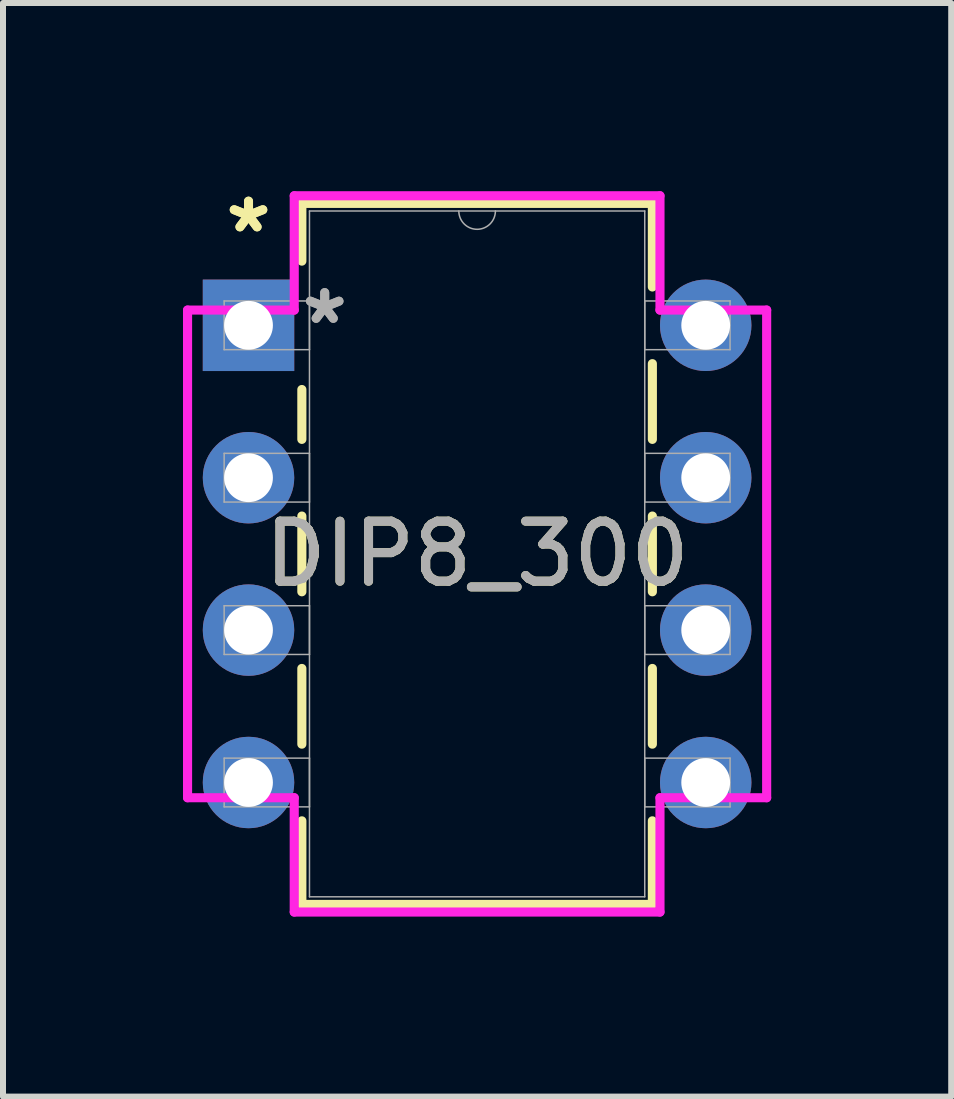
<source format=kicad_pcb>
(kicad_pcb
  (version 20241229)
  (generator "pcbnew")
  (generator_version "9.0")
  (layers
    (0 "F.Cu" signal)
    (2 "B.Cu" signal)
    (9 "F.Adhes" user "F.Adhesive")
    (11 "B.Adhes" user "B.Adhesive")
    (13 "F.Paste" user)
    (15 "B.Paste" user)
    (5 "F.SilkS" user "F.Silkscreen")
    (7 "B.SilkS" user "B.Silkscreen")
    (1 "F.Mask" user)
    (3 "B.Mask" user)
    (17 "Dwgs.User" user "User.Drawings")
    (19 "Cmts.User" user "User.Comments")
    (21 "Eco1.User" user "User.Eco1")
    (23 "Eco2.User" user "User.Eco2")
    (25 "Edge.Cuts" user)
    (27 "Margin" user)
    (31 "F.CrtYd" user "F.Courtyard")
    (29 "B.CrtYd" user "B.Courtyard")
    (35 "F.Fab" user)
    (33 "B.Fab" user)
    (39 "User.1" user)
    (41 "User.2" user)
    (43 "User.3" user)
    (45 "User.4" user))
  (footprint "DIP8_300"
    (layer "F.Cu")
    (at 8.712 9.992)
    (property "Reference" "DIP8_300" (at -3.81 -3.81 0) (unlocked yes) (layer "F.SilkS") (effects (font (size 1 1) (thickness 0.15))))
    (attr through_hole)
    (fp_line (start -6.731 -9.652) (end -6.731 -8.69) (stroke (width 0.152) (type solid)) (layer "F.SilkS"))
    (fp_line (start -6.731 -6.55) (end -6.731 -5.719) (stroke (width 0.152) (type solid)) (layer "F.SilkS"))
    (fp_line (start -6.731 -4.441) (end -6.731 -3.179) (stroke (width 0.152) (type solid)) (layer "F.SilkS"))
    (fp_line (start -6.731 -1.901) (end -6.731 -0.639) (stroke (width 0.152) (type solid)) (layer "F.SilkS"))
    (fp_line (start -6.731 0.639) (end -6.731 2.032) (stroke (width 0.152) (type solid)) (layer "F.SilkS"))
    (fp_line (start -6.731 2.032) (end -0.889 2.032) (stroke (width 0.152) (type solid)) (layer "F.SilkS"))
    (fp_line (start -0.889 -9.652) (end -6.731 -9.652) (stroke (width 0.152) (type solid)) (layer "F.SilkS"))
    (fp_line (start -0.889 -8.259) (end -0.889 -9.652) (stroke (width 0.152) (type solid)) (layer "F.SilkS"))
    (fp_line (start -0.889 -5.719) (end -0.889 -6.981) (stroke (width 0.152) (type solid)) (layer "F.SilkS"))
    (fp_line (start -0.889 -3.179) (end -0.889 -4.441) (stroke (width 0.152) (type solid)) (layer "F.SilkS"))
    (fp_line (start -0.889 -0.639) (end -0.889 -1.901) (stroke (width 0.152) (type solid)) (layer "F.SilkS"))
    (fp_line (start -0.889 2.032) (end -0.889 0.639) (stroke (width 0.152) (type solid)) (layer "F.SilkS"))
    (fp_line (start -8.636 -7.874) (end -6.858 -7.874) (stroke (width 0.152) (type solid)) (layer "F.CrtYd"))
    (fp_line (start -8.636 0.254) (end -8.636 -7.874) (stroke (width 0.152) (type solid)) (layer "F.CrtYd"))
    (fp_line (start -6.858 -9.779) (end -0.762 -9.779) (stroke (width 0.152) (type solid)) (layer "F.CrtYd"))
    (fp_line (start -6.858 -7.874) (end -6.858 -9.779) (stroke (width 0.152) (type solid)) (layer "F.CrtYd"))
    (fp_line (start -6.858 0.254) (end -8.636 0.254) (stroke (width 0.152) (type solid)) (layer "F.CrtYd"))
    (fp_line (start -6.858 2.159) (end -6.858 0.254) (stroke (width 0.152) (type solid)) (layer "F.CrtYd"))
    (fp_line (start -0.762 -9.779) (end -0.762 -7.874) (stroke (width 0.152) (type solid)) (layer "F.CrtYd"))
    (fp_line (start -0.762 0.254) (end -0.762 2.159) (stroke (width 0.152) (type solid)) (layer "F.CrtYd"))
    (fp_line (start -0.762 2.159) (end -6.858 2.159) (stroke (width 0.152) (type solid)) (layer "F.CrtYd"))
    (fp_line (start 1.016 -7.874) (end -0.762 -7.874) (stroke (width 0.152) (type solid)) (layer "F.CrtYd"))
    (fp_line (start 1.016 -7.874) (end 1.016 0.254) (stroke (width 0.152) (type solid)) (layer "F.CrtYd"))
    (fp_line (start 1.016 0.254) (end -0.762 0.254) (stroke (width 0.152) (type solid)) (layer "F.CrtYd"))
    (fp_line (start -8.026 -8.026) (end -8.026 -7.214) (stroke (width 0.025) (type solid)) (layer "F.Fab"))
    (fp_line (start -8.026 -7.214) (end -6.604 -7.214) (stroke (width 0.025) (type solid)) (layer "F.Fab"))
    (fp_line (start -8.026 -5.486) (end -8.026 -4.674) (stroke (width 0.025) (type solid)) (layer "F.Fab"))
    (fp_line (start -8.026 -4.674) (end -6.604 -4.674) (stroke (width 0.025) (type solid)) (layer "F.Fab"))
    (fp_line (start -8.026 -2.946) (end -8.026 -2.134) (stroke (width 0.025) (type solid)) (layer "F.Fab"))
    (fp_line (start -8.026 -2.134) (end -6.604 -2.134) (stroke (width 0.025) (type solid)) (layer "F.Fab"))
    (fp_line (start -8.026 -0.406) (end -8.026 0.406) (stroke (width 0.025) (type solid)) (layer "F.Fab"))
    (fp_line (start -8.026 0.406) (end -6.604 0.406) (stroke (width 0.025) (type solid)) (layer "F.Fab"))
    (fp_line (start -6.604 -9.525) (end -6.604 1.905) (stroke (width 0.025) (type solid)) (layer "F.Fab"))
    (fp_line (start -6.604 -8.026) (end -8.026 -8.026) (stroke (width 0.025) (type solid)) (layer "F.Fab"))
    (fp_line (start -6.604 -7.214) (end -6.604 -8.026) (stroke (width 0.025) (type solid)) (layer "F.Fab"))
    (fp_line (start -6.604 -5.486) (end -8.026 -5.486) (stroke (width 0.025) (type solid)) (layer "F.Fab"))
    (fp_line (start -6.604 -4.674) (end -6.604 -5.486) (stroke (width 0.025) (type solid)) (layer "F.Fab"))
    (fp_line (start -6.604 -2.946) (end -8.026 -2.946) (stroke (width 0.025) (type solid)) (layer "F.Fab"))
    (fp_line (start -6.604 -2.134) (end -6.604 -2.946) (stroke (width 0.025) (type solid)) (layer "F.Fab"))
    (fp_line (start -6.604 -0.406) (end -8.026 -0.406) (stroke (width 0.025) (type solid)) (layer "F.Fab"))
    (fp_line (start -6.604 0.406) (end -6.604 -0.406) (stroke (width 0.025) (type solid)) (layer "F.Fab"))
    (fp_line (start -6.604 1.905) (end -1.016 1.905) (stroke (width 0.025) (type solid)) (layer "F.Fab"))
    (fp_line (start -1.016 -9.525) (end -6.604 -9.525) (stroke (width 0.025) (type solid)) (layer "F.Fab"))
    (fp_line (start -1.016 -8.026) (end -1.016 -7.214) (stroke (width 0.025) (type solid)) (layer "F.Fab"))
    (fp_line (start -1.016 -7.214) (end 0.406 -7.214) (stroke (width 0.025) (type solid)) (layer "F.Fab"))
    (fp_line (start -1.016 -5.486) (end -1.016 -4.674) (stroke (width 0.025) (type solid)) (layer "F.Fab"))
    (fp_line (start -1.016 -4.674) (end 0.406 -4.674) (stroke (width 0.025) (type solid)) (layer "F.Fab"))
    (fp_line (start -1.016 -2.946) (end -1.016 -2.134) (stroke (width 0.025) (type solid)) (layer "F.Fab"))
    (fp_line (start -1.016 -2.134) (end 0.406 -2.134) (stroke (width 0.025) (type solid)) (layer "F.Fab"))
    (fp_line (start -1.016 -0.406) (end -1.016 0.406) (stroke (width 0.025) (type solid)) (layer "F.Fab"))
    (fp_line (start -1.016 0.406) (end 0.406 0.406) (stroke (width 0.025) (type solid)) (layer "F.Fab"))
    (fp_line (start -1.016 1.905) (end -1.016 -9.525) (stroke (width 0.025) (type solid)) (layer "F.Fab"))
    (fp_line (start 0.406 -8.026) (end -1.016 -8.026) (stroke (width 0.025) (type solid)) (layer "F.Fab"))
    (fp_line (start 0.406 -7.214) (end 0.406 -8.026) (stroke (width 0.025) (type solid)) (layer "F.Fab"))
    (fp_line (start 0.406 -5.486) (end -1.016 -5.486) (stroke (width 0.025) (type solid)) (layer "F.Fab"))
    (fp_line (start 0.406 -4.674) (end 0.406 -5.486) (stroke (width 0.025) (type solid)) (layer "F.Fab"))
    (fp_line (start 0.406 -2.946) (end -1.016 -2.946) (stroke (width 0.025) (type solid)) (layer "F.Fab"))
    (fp_line (start 0.406 -2.134) (end 0.406 -2.946) (stroke (width 0.025) (type solid)) (layer "F.Fab"))
    (fp_line (start 0.406 -0.406) (end -1.016 -0.406) (stroke (width 0.025) (type solid)) (layer "F.Fab"))
    (fp_line (start 0.406 0.406) (end 0.406 -0.406) (stroke (width 0.025) (type solid)) (layer "F.Fab"))
    (fp_arc (start -3.5052 -9.525) (mid -3.81 -9.2202) (end -4.1148 -9.525) (stroke (width 0.0254) (type solid)) (layer "F.Fab"))
    (fp_text user "*" (at -7.62 -9.144 0) (unlocked yes) (layer "F.SilkS") (effects (font (size 1 1) (thickness 0.15))))
    (fp_text user "*" (at -7.62 -9.144 0) (layer "F.SilkS") (effects (font (size 1 1) (thickness 0.15))))
    (fp_text user "*" (at -6.35 -7.62 0) (unlocked yes) (layer "F.Fab") (effects (font (size 1 1) (thickness 0.15))))
    (fp_text user "*" (at -6.35 -7.62 0) (layer "F.Fab") (effects (font (size 1 1) (thickness 0.15))))
    (fp_text user "${REFERENCE}" (at -3.81 -3.81 0) (unlocked yes) (layer "F.Fab") (effects (font (size 1 1) (thickness 0.15))))
    (pad "1" thru_hole rect (at -7.62 -7.62) (size 1.524 1.524) (drill 0.813) (layers "*.Cu" "*.Mask"))
    (pad "2" thru_hole circle (at -7.62 -5.08) (size 1.524 1.524) (drill 0.813) (layers "*.Cu" "*.Mask"))
    (pad "3" thru_hole circle (at -7.62 -2.54) (size 1.524 1.524) (drill 0.813) (layers "*.Cu" "*.Mask"))
    (pad "4" thru_hole circle (at -7.62 0) (size 1.524 1.524) (drill 0.813) (layers "*.Cu" "*.Mask"))
    (pad "5" thru_hole circle (at 0 0) (size 1.524 1.524) (drill 0.813) (layers "*.Cu" "*.Mask"))
    (pad "6" thru_hole circle (at 0 -2.54) (size 1.524 1.524) (drill 0.813) (layers "*.Cu" "*.Mask"))
    (pad "7" thru_hole circle (at 0 -5.08) (size 1.524 1.524) (drill 0.813) (layers "*.Cu" "*.Mask"))
    (pad "8" thru_hole circle (at 0 -7.62) (size 1.524 1.524) (drill 0.813) (layers "*.Cu" "*.Mask")))
  (gr_rect
    (start -3 -3)
    (end 12.804 15.227)
    (stroke (width 0.1) (type default))
    (fill no)
    (layer "Edge.Cuts")))
</source>
